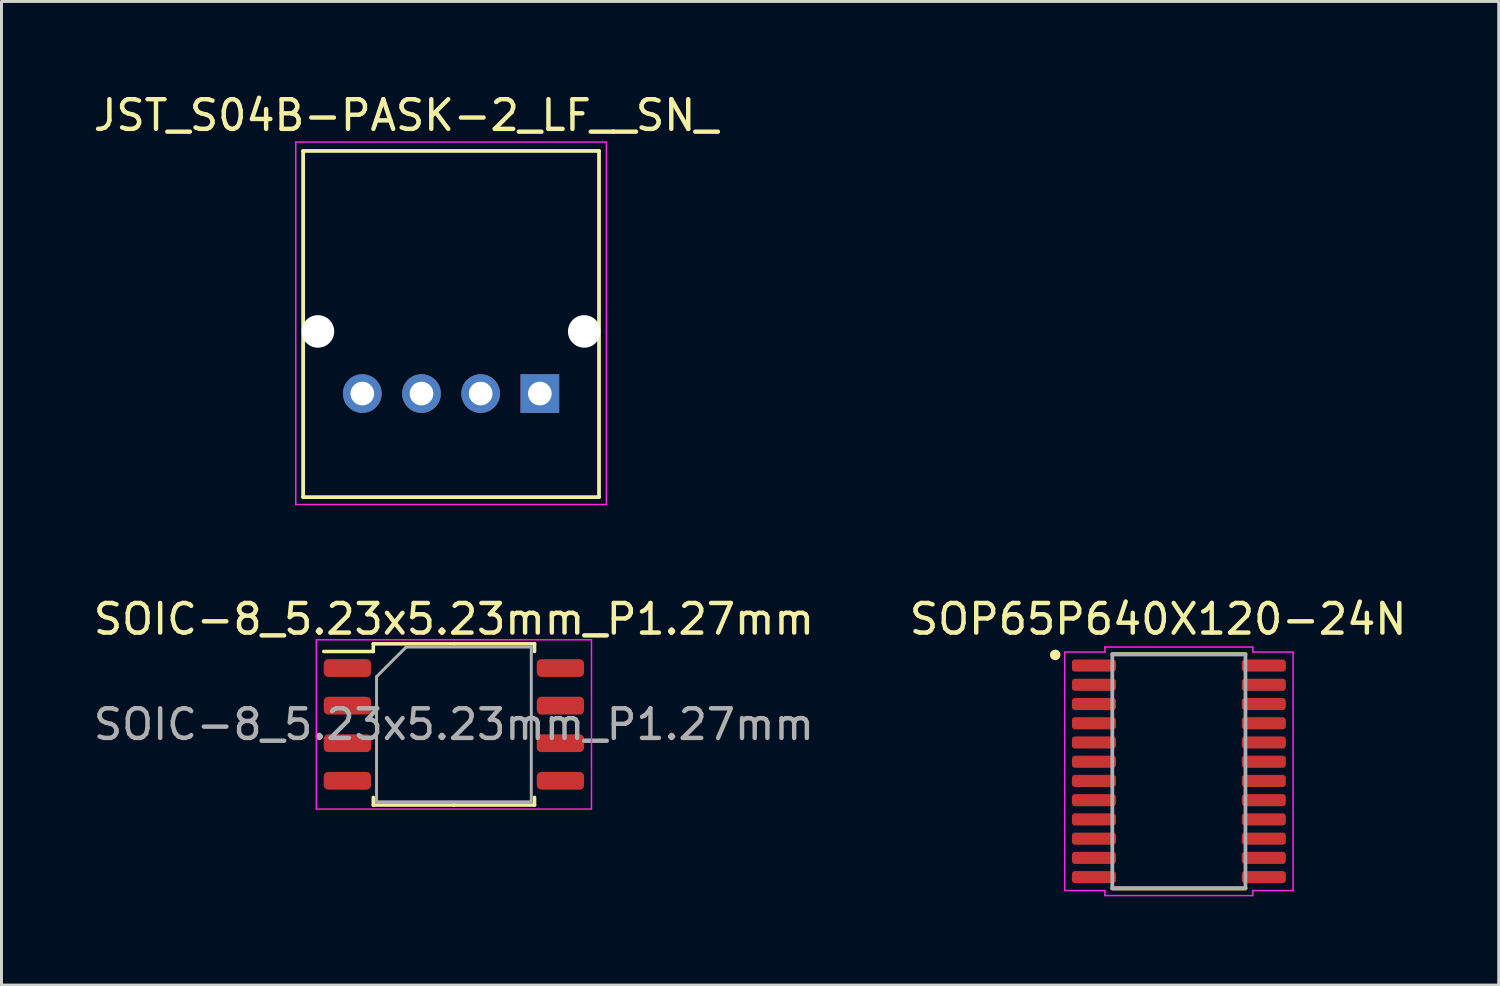
<source format=kicad_pcb>
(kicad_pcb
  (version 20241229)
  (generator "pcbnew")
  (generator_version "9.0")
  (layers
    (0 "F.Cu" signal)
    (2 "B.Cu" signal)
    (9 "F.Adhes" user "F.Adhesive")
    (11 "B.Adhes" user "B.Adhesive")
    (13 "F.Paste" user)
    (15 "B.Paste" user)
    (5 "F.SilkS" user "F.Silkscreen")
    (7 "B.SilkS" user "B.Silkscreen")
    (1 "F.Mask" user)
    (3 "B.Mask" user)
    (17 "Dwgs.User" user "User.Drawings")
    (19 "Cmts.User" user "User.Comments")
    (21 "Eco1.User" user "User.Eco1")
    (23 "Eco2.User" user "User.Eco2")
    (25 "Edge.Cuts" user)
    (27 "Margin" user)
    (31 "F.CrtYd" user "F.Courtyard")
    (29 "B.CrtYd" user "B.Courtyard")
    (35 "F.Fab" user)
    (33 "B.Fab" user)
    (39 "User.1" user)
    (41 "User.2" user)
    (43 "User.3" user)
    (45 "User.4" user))
  (footprint "SOIC-8_5.23x5.23mm_P1.27mm"
    (layer "F.Cu")
    (at 12.292 21.435)
    (property "Reference" "SOIC-8_5.23x5.23mm_P1.27mm" (at 0 -3.56 0) (layer "F.SilkS") (effects (font (size 1 1) (thickness 0.15))))
    (attr smd)
    (fp_line (start -2.725 -2.725) (end -2.725 -2.465) (stroke (width 0.12) (type solid)) (layer "F.SilkS"))
    (fp_line (start -2.725 -2.465) (end -4.4 -2.465) (stroke (width 0.12) (type solid)) (layer "F.SilkS"))
    (fp_line (start -2.725 2.725) (end -2.725 2.465) (stroke (width 0.12) (type solid)) (layer "F.SilkS"))
    (fp_line (start 0 -2.725) (end -2.725 -2.725) (stroke (width 0.12) (type solid)) (layer "F.SilkS"))
    (fp_line (start 0 -2.725) (end 2.725 -2.725) (stroke (width 0.12) (type solid)) (layer "F.SilkS"))
    (fp_line (start 0 2.725) (end -2.725 2.725) (stroke (width 0.12) (type solid)) (layer "F.SilkS"))
    (fp_line (start 0 2.725) (end 2.725 2.725) (stroke (width 0.12) (type solid)) (layer "F.SilkS"))
    (fp_line (start 2.725 -2.725) (end 2.725 -2.465) (stroke (width 0.12) (type solid)) (layer "F.SilkS"))
    (fp_line (start 2.725 2.725) (end 2.725 2.465) (stroke (width 0.12) (type solid)) (layer "F.SilkS"))
    (fp_line (start -4.65 -2.86) (end -4.65 2.86) (stroke (width 0.05) (type solid)) (layer "F.CrtYd"))
    (fp_line (start -4.65 2.86) (end 4.65 2.86) (stroke (width 0.05) (type solid)) (layer "F.CrtYd"))
    (fp_line (start 4.65 -2.86) (end -4.65 -2.86) (stroke (width 0.05) (type solid)) (layer "F.CrtYd"))
    (fp_line (start 4.65 2.86) (end 4.65 -2.86) (stroke (width 0.05) (type solid)) (layer "F.CrtYd"))
    (fp_line (start -2.615 -1.615) (end -1.615 -2.615) (stroke (width 0.1) (type solid)) (layer "F.Fab"))
    (fp_line (start -2.615 2.615) (end -2.615 -1.615) (stroke (width 0.1) (type solid)) (layer "F.Fab"))
    (fp_line (start -1.615 -2.615) (end 2.615 -2.615) (stroke (width 0.1) (type solid)) (layer "F.Fab"))
    (fp_line (start 2.615 -2.615) (end 2.615 2.615) (stroke (width 0.1) (type solid)) (layer "F.Fab"))
    (fp_line (start 2.615 2.615) (end -2.615 2.615) (stroke (width 0.1) (type solid)) (layer "F.Fab"))
    (fp_text user "${REFERENCE}" (at 0 0 0) (layer "F.Fab") (effects (font (size 1 1) (thickness 0.15))))
    (pad "1" smd roundrect (at -3.6 -1.905) (size 1.6 0.6) (layers "F.Cu" "F.Mask" "F.Paste") (roundrect_rratio 0.25))
    (pad "2" smd roundrect (at -3.6 -0.635) (size 1.6 0.6) (layers "F.Cu" "F.Mask" "F.Paste") (roundrect_rratio 0.25))
    (pad "3" smd roundrect (at -3.6 0.635) (size 1.6 0.6) (layers "F.Cu" "F.Mask" "F.Paste") (roundrect_rratio 0.25))
    (pad "4" smd roundrect (at -3.6 1.905) (size 1.6 0.6) (layers "F.Cu" "F.Mask" "F.Paste") (roundrect_rratio 0.25))
    (pad "5" smd roundrect (at 3.6 1.905) (size 1.6 0.6) (layers "F.Cu" "F.Mask" "F.Paste") (roundrect_rratio 0.25))
    (pad "6" smd roundrect (at 3.6 0.635) (size 1.6 0.6) (layers "F.Cu" "F.Mask" "F.Paste") (roundrect_rratio 0.25))
    (pad "7" smd roundrect (at 3.6 -0.635) (size 1.6 0.6) (layers "F.Cu" "F.Mask" "F.Paste") (roundrect_rratio 0.25))
    (pad "8" smd roundrect (at 3.6 -1.905) (size 1.6 0.6) (layers "F.Cu" "F.Mask" "F.Paste") (roundrect_rratio 0.25)))
  (footprint "SOP65P640X120-24N"
    (layer "F.Cu")
    (at 36.795 23.02)
    (property "Reference" "SOP65P640X120-24N" (at -0.701 -5.145 0) (layer "F.SilkS") (effects (font (size 1.001 1.001) (thickness 0.15))))
    (attr smd)
    (fp_line (start 2.25 -3.96) (end -2.25 -3.96) (stroke (width 0.127) (type solid)) (layer "F.SilkS"))
    (fp_line (start 2.25 3.96) (end -2.25 3.96) (stroke (width 0.127) (type solid)) (layer "F.SilkS"))
    (fp_circle (center -4.18 -3.935) (end -4.09 -3.935) (stroke (width 0.18) (type solid)) (fill no) (layer "F.SilkS"))
    (fp_line (start -3.86 -4.03) (end -2.5 -4.03) (stroke (width 0.05) (type solid)) (layer "F.CrtYd"))
    (fp_line (start -3.86 4.03) (end -3.86 -4.03) (stroke (width 0.05) (type solid)) (layer "F.CrtYd"))
    (fp_line (start -2.5 -4.2) (end 2.5 -4.2) (stroke (width 0.05) (type solid)) (layer "F.CrtYd"))
    (fp_line (start -2.5 -4.03) (end -2.5 -4.2) (stroke (width 0.05) (type solid)) (layer "F.CrtYd"))
    (fp_line (start -2.5 4.03) (end -3.86 4.03) (stroke (width 0.05) (type solid)) (layer "F.CrtYd"))
    (fp_line (start -2.5 4.2) (end -2.5 4.03) (stroke (width 0.05) (type solid)) (layer "F.CrtYd"))
    (fp_line (start 2.5 -4.2) (end 2.5 -4.03) (stroke (width 0.05) (type solid)) (layer "F.CrtYd"))
    (fp_line (start 2.5 -4.03) (end 3.86 -4.03) (stroke (width 0.05) (type solid)) (layer "F.CrtYd"))
    (fp_line (start 2.5 4.03) (end 2.5 4.2) (stroke (width 0.05) (type solid)) (layer "F.CrtYd"))
    (fp_line (start 2.5 4.2) (end -2.5 4.2) (stroke (width 0.05) (type solid)) (layer "F.CrtYd"))
    (fp_line (start 3.86 -4.03) (end 3.86 4.03) (stroke (width 0.05) (type solid)) (layer "F.CrtYd"))
    (fp_line (start 3.86 4.03) (end 2.5 4.03) (stroke (width 0.05) (type solid)) (layer "F.CrtYd"))
    (fp_line (start -2.25 -3.95) (end -2.25 3.95) (stroke (width 0.127) (type solid)) (layer "F.Fab"))
    (fp_line (start -2.25 3.95) (end 2.25 3.95) (stroke (width 0.127) (type solid)) (layer "F.Fab"))
    (fp_line (start 2.25 -3.95) (end -2.25 -3.95) (stroke (width 0.127) (type solid)) (layer "F.Fab"))
    (fp_line (start 2.25 3.95) (end 2.25 -3.95) (stroke (width 0.127) (type solid)) (layer "F.Fab"))
    (pad "1" smd roundrect (at -2.87 -3.575) (size 1.49 0.41) (layers "F.Cu" "F.Mask" "F.Paste") (roundrect_rratio 0.25))
    (pad "2" smd roundrect (at -2.87 -2.925) (size 1.49 0.41) (layers "F.Cu" "F.Mask" "F.Paste") (roundrect_rratio 0.25))
    (pad "3" smd roundrect (at -2.87 -2.275) (size 1.49 0.41) (layers "F.Cu" "F.Mask" "F.Paste") (roundrect_rratio 0.25))
    (pad "4" smd roundrect (at -2.87 -1.625) (size 1.49 0.41) (layers "F.Cu" "F.Mask" "F.Paste") (roundrect_rratio 0.25))
    (pad "5" smd roundrect (at -2.87 -0.975) (size 1.49 0.41) (layers "F.Cu" "F.Mask" "F.Paste") (roundrect_rratio 0.25))
    (pad "6" smd roundrect (at -2.87 -0.325) (size 1.49 0.41) (layers "F.Cu" "F.Mask" "F.Paste") (roundrect_rratio 0.25))
    (pad "7" smd roundrect (at -2.87 0.325) (size 1.49 0.41) (layers "F.Cu" "F.Mask" "F.Paste") (roundrect_rratio 0.25))
    (pad "8" smd roundrect (at -2.87 0.975) (size 1.49 0.41) (layers "F.Cu" "F.Mask" "F.Paste") (roundrect_rratio 0.25))
    (pad "9" smd roundrect (at -2.87 1.625) (size 1.49 0.41) (layers "F.Cu" "F.Mask" "F.Paste") (roundrect_rratio 0.25))
    (pad "10" smd roundrect (at -2.87 2.275) (size 1.49 0.41) (layers "F.Cu" "F.Mask" "F.Paste") (roundrect_rratio 0.25))
    (pad "11" smd roundrect (at -2.87 2.925) (size 1.49 0.41) (layers "F.Cu" "F.Mask" "F.Paste") (roundrect_rratio 0.25))
    (pad "12" smd roundrect (at -2.87 3.575) (size 1.49 0.41) (layers "F.Cu" "F.Mask" "F.Paste") (roundrect_rratio 0.25))
    (pad "13" smd roundrect (at 2.87 3.575 180) (size 1.49 0.41) (layers "F.Cu" "F.Mask" "F.Paste") (roundrect_rratio 0.25))
    (pad "14" smd roundrect (at 2.87 2.925 180) (size 1.49 0.41) (layers "F.Cu" "F.Mask" "F.Paste") (roundrect_rratio 0.25))
    (pad "15" smd roundrect (at 2.87 2.275 180) (size 1.49 0.41) (layers "F.Cu" "F.Mask" "F.Paste") (roundrect_rratio 0.25))
    (pad "16" smd roundrect (at 2.87 1.625 180) (size 1.49 0.41) (layers "F.Cu" "F.Mask" "F.Paste") (roundrect_rratio 0.25))
    (pad "17" smd roundrect (at 2.87 0.975 180) (size 1.49 0.41) (layers "F.Cu" "F.Mask" "F.Paste") (roundrect_rratio 0.25))
    (pad "18" smd roundrect (at 2.87 0.325 180) (size 1.49 0.41) (layers "F.Cu" "F.Mask" "F.Paste") (roundrect_rratio 0.25))
    (pad "19" smd roundrect (at 2.87 -0.325 180) (size 1.49 0.41) (layers "F.Cu" "F.Mask" "F.Paste") (roundrect_rratio 0.25))
    (pad "20" smd roundrect (at 2.87 -0.975 180) (size 1.49 0.41) (layers "F.Cu" "F.Mask" "F.Paste") (roundrect_rratio 0.25))
    (pad "21" smd roundrect (at 2.87 -1.625 180) (size 1.49 0.41) (layers "F.Cu" "F.Mask" "F.Paste") (roundrect_rratio 0.25))
    (pad "22" smd roundrect (at 2.87 -2.275 180) (size 1.49 0.41) (layers "F.Cu" "F.Mask" "F.Paste") (roundrect_rratio 0.25))
    (pad "23" smd roundrect (at 2.87 -2.925 180) (size 1.49 0.41) (layers "F.Cu" "F.Mask" "F.Paste") (roundrect_rratio 0.25))
    (pad "24" smd roundrect (at 2.87 -3.575 180) (size 1.49 0.41) (layers "F.Cu" "F.Mask" "F.Paste") (roundrect_rratio 0.25)))
  (footprint "JST_S04B-PASK-2_LF__SN_"
    (layer "F.Cu")
    (at 12.196 10.252)
    (property "Reference" "JST_S04B-PASK-2_LF__SN_" (at -1.528 -9.403 0) (layer "F.SilkS") (effects (font (size 1.002 1.002) (thickness 0.15))))
    (attr through_hole)
    (fp_line (start -5 -8.2) (end 5 -8.2) (stroke (width 0.127) (type solid)) (layer "F.SilkS"))
    (fp_line (start -5 3.5) (end -5 -8.2) (stroke (width 0.127) (type solid)) (layer "F.SilkS"))
    (fp_line (start 5 -8.2) (end 5 3.5) (stroke (width 0.127) (type solid)) (layer "F.SilkS"))
    (fp_line (start 5 3.5) (end -5 3.5) (stroke (width 0.127) (type solid)) (layer "F.SilkS"))
    (fp_line (start -5.25 -8.5) (end 5.25 -8.5) (stroke (width 0.05) (type solid)) (layer "F.CrtYd"))
    (fp_line (start -5.25 3.75) (end -5.25 -8.5) (stroke (width 0.05) (type solid)) (layer "F.CrtYd"))
    (fp_line (start 5.25 -8.5) (end 5.25 3.75) (stroke (width 0.05) (type solid)) (layer "F.CrtYd"))
    (fp_line (start 5.25 3.75) (end -5.25 3.75) (stroke (width 0.05) (type solid)) (layer "F.CrtYd"))
    (pad "" np_thru_hole circle (at -4.5 -2.1) (size 1.1 1.1) (drill 1.1) (layers "*.Cu" "*.Mask"))
    (pad "" np_thru_hole circle (at 4.5 -2.1) (size 1.1 1.1) (drill 1.1) (layers "*.Cu" "*.Mask"))
    (pad "1" thru_hole rect (at 3 0) (size 1.308 1.308) (drill 0.8) (layers "*.Cu" "*.Mask"))
    (pad "2" thru_hole circle (at 1 0) (size 1.308 1.308) (drill 0.8) (layers "*.Cu" "*.Mask"))
    (pad "3" thru_hole circle (at -1 0) (size 1.308 1.308) (drill 0.8) (layers "*.Cu" "*.Mask"))
    (pad "4" thru_hole circle (at -3 0) (size 1.308 1.308) (drill 0.8) (layers "*.Cu" "*.Mask")))
  (gr_rect
    (start -3 -3)
    (end 47.605 30.245)
    (stroke (width 0.1) (type default))
    (fill no)
    (layer "Edge.Cuts")))
</source>
